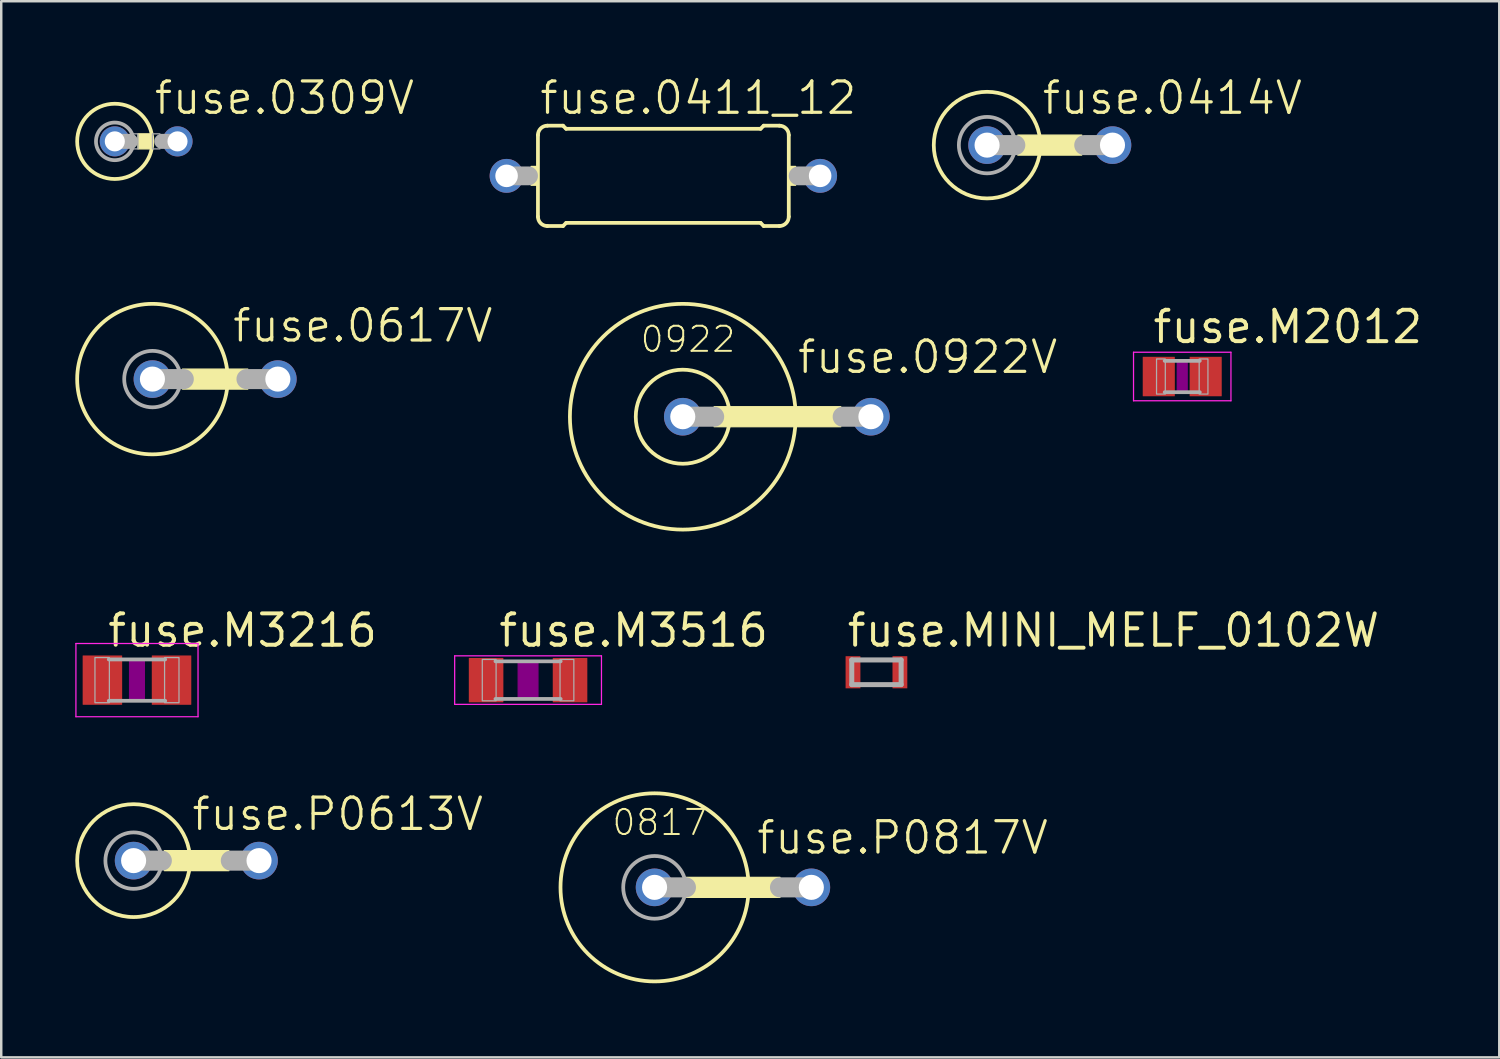
<source format=kicad_pcb>
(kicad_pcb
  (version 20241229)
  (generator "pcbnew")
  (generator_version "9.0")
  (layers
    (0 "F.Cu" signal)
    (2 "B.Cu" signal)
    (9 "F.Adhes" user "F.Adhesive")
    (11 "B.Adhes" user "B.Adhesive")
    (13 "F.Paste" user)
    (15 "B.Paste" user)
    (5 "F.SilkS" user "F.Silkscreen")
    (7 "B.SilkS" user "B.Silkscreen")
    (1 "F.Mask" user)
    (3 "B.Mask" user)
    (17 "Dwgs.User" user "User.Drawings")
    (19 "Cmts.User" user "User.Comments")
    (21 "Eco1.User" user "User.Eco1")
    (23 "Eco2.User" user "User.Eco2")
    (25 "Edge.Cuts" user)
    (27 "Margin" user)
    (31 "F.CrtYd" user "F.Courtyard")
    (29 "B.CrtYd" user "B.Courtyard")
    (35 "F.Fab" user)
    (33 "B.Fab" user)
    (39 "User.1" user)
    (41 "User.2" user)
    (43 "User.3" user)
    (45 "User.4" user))
  (footprint "fuse.0309V"
    (layer "F.Cu")
    (at 2.87 2.676)
    (property "Reference" "fuse.0309V" (at 0.254 -1.016 0) (layer "F.SilkS") (effects (font (size 1.27 1.27) (thickness 0.13)) (justify left bottom)))
    (attr through_hole)
    (fp_rect (start -0.33 0.305) (end 0.254 -0.305) (stroke (width 0.05) (type default)) (fill yes) (layer "F.SilkS"))
    (fp_circle (center -1.27 0) (end 0.254 0) (stroke (width 0.152) (type default)) (fill no) (layer "F.SilkS"))
    (fp_line (start -0.635 0) (end -1.27 0) (stroke (width 0.61) (type default)) (layer "F.Fab"))
    (fp_line (start 1.27 0) (end 0.635 0) (stroke (width 0.61) (type default)) (layer "F.Fab"))
    (fp_rect (start -0.635 0.305) (end -0.33 -0.305) (stroke (width 0.05) (type default)) (fill no) (layer "F.Fab"))
    (fp_rect (start 0.254 0.305) (end 0.559 -0.305) (stroke (width 0.05) (type default)) (fill no) (layer "F.Fab"))
    (fp_circle (center -1.27 0) (end -0.508 0) (stroke (width 0.152) (type default)) (fill no) (layer "F.Fab"))
    (pad "1" thru_hole circle (at -1.27 0) (size 1.219 1.219) (drill 0.813) (layers "*.Cu" "*.Mask"))
    (pad "2" thru_hole circle (at 1.27 0) (size 1.219 1.219) (drill 0.813) (layers "*.Cu" "*.Mask")))
  (footprint "fuse.M3216"
    (layer "F.Cu")
    (at 2.498 24.498)
    (property "Reference" "fuse.M3216" (at -1.27 -1.27 0) (layer "F.SilkS") (effects (font (size 1.27 1.27) (thickness 0.16)) (justify left bottom)))
    (attr smd)
    (fp_rect (start -0.3 0.8) (end 0.3 -0.8) (stroke (width 0.05) (type default)) (fill yes) (layer "F.Adhes"))
    (fp_line (start -2.473 -1.483) (end 2.473 -1.483) (stroke (width 0.051) (type default)) (layer "F.CrtYd"))
    (fp_line (start -2.473 1.483) (end -2.473 -1.483) (stroke (width 0.051) (type default)) (layer "F.CrtYd"))
    (fp_line (start 2.473 -1.483) (end 2.473 1.483) (stroke (width 0.051) (type default)) (layer "F.CrtYd"))
    (fp_line (start 2.473 1.483) (end -2.473 1.483) (stroke (width 0.051) (type default)) (layer "F.CrtYd"))
    (fp_line (start 1.143 -0.838) (end -1.143 -0.838) (stroke (width 0.152) (type default)) (layer "F.Fab"))
    (fp_line (start 1.143 0.838) (end -1.143 0.838) (stroke (width 0.152) (type default)) (layer "F.Fab"))
    (fp_rect (start -1.702 0.914) (end -1.118 -0.914) (stroke (width 0.05) (type default)) (fill no) (layer "F.Fab"))
    (fp_rect (start 1.118 0.914) (end 1.702 -0.914) (stroke (width 0.05) (type default)) (fill no) (layer "F.Fab"))
    (pad "1" smd roundrect (at -1.4 0) (size 1.6 2) (layers "F.Cu" "F.Mask" "F.Paste") (roundrect_rratio 0.01))
    (pad "2" smd roundrect (at 1.4 0) (size 1.6 2) (layers "F.Cu" "F.Mask" "F.Paste") (roundrect_rratio 0.01)))
  (footprint "fuse.0414V"
    (layer "F.Cu")
    (at 39.471 2.828)
    (property "Reference" "fuse.0414V" (at -0.381 -1.168 0) (layer "F.SilkS") (effects (font (size 1.27 1.27) (thickness 0.13)) (justify left bottom)))
    (attr through_hole)
    (fp_rect (start -1.295 0.406) (end 1.295 -0.406) (stroke (width 0.05) (type default)) (fill yes) (layer "F.SilkS"))
    (fp_circle (center -2.54 0) (end -0.381 0) (stroke (width 0.152) (type default)) (fill no) (layer "F.SilkS"))
    (fp_line (start -2.54 0) (end -1.397 0) (stroke (width 0.813) (type default)) (layer "F.Fab"))
    (fp_line (start 2.54 0) (end 1.397 0) (stroke (width 0.813) (type default)) (layer "F.Fab"))
    (fp_circle (center -2.54 0) (end -1.397 0) (stroke (width 0.152) (type default)) (fill no) (layer "F.Fab"))
    (pad "1" thru_hole circle (at -2.54 0) (size 1.524 1.524) (drill 1.016) (layers "*.Cu" "*.Mask"))
    (pad "2" thru_hole circle (at 2.54 0) (size 1.524 1.524) (drill 1.016) (layers "*.Cu" "*.Mask")))
  (footprint "fuse.P0817V"
    (layer "F.Cu")
    (at 28.543 32.892)
    (property "Reference" "fuse.P0817V" (at -1.016 -1.27 0) (layer "F.SilkS") (effects (font (size 1.27 1.27) (thickness 0.13)) (justify left bottom)))
    (attr through_hole)
    (fp_rect (start -3.81 0.406) (end 0 -0.406) (stroke (width 0.05) (type default)) (fill yes) (layer "F.SilkS"))
    (fp_circle (center -5.08 0) (end -1.27 0) (stroke (width 0.152) (type default)) (fill no) (layer "F.SilkS"))
    (fp_line (start -3.81 0) (end -5.08 0) (stroke (width 0.813) (type default)) (layer "F.Fab"))
    (fp_line (start 1.27 0) (end 0 0) (stroke (width 0.813) (type default)) (layer "F.Fab"))
    (fp_circle (center -5.08 0) (end -3.81 0) (stroke (width 0.152) (type default)) (fill no) (layer "F.Fab"))
    (fp_text user "0817" (at -6.858 -2.032 0) (layer "F.SilkS") (effects (font (size 1.016 1.016) (thickness 0.08)) (justify left bottom)))
    (pad "1" thru_hole circle (at -5.08 0) (size 1.524 1.524) (drill 1.016) (layers "*.Cu" "*.Mask"))
    (pad "2" thru_hole circle (at 1.27 0) (size 1.524 1.524) (drill 1.016) (layers "*.Cu" "*.Mask")))
  (footprint "fuse.M2012"
    (layer "F.Cu")
    (at 44.836 12.201)
    (property "Reference" "fuse.M2012" (at -1.27 -1.27 0) (layer "F.SilkS") (effects (font (size 1.27 1.27) (thickness 0.16)) (justify left bottom)))
    (attr smd)
    (fp_rect (start -0.2 0.6) (end 0.2 -0.6) (stroke (width 0.05) (type default)) (fill yes) (layer "F.Adhes"))
    (fp_line (start -1.973 -0.983) (end 1.973 -0.983) (stroke (width 0.051) (type default)) (layer "F.CrtYd"))
    (fp_line (start -1.973 0.983) (end -1.973 -0.983) (stroke (width 0.051) (type default)) (layer "F.CrtYd"))
    (fp_line (start 1.973 -0.983) (end 1.973 0.983) (stroke (width 0.051) (type default)) (layer "F.CrtYd"))
    (fp_line (start 1.973 0.983) (end -1.973 0.983) (stroke (width 0.051) (type default)) (layer "F.CrtYd"))
    (fp_line (start 0.711 -0.635) (end -0.711 -0.635) (stroke (width 0.152) (type default)) (layer "F.Fab"))
    (fp_line (start 0.711 0.635) (end -0.711 0.635) (stroke (width 0.152) (type default)) (layer "F.Fab"))
    (fp_rect (start -1.041 0.711) (end -0.686 -0.711) (stroke (width 0.05) (type default)) (fill no) (layer "F.Fab"))
    (fp_rect (start 0.686 0.711) (end 1.041 -0.711) (stroke (width 0.05) (type default)) (fill no) (layer "F.Fab"))
    (pad "1" smd roundrect (at -0.95 0) (size 1.3 1.6) (layers "F.Cu" "F.Mask" "F.Paste") (roundrect_rratio 0.01))
    (pad "2" smd roundrect (at 0.95 0) (size 1.3 1.6) (layers "F.Cu" "F.Mask" "F.Paste") (roundrect_rratio 0.01)))
  (footprint "fuse.MINI_MELF_0102W"
    (layer "F.Cu")
    (at 32.45 24.18)
    (property "Reference" "fuse.MINI_MELF_0102W" (at -1.27 -0.953 0) (layer "F.SilkS") (effects (font (size 1.27 1.27) (thickness 0.16)) (justify left bottom)))
    (attr smd)
    (fp_line (start -1 -0.5) (end -1 0.5) (stroke (width 0.203) (type default)) (layer "F.Fab"))
    (fp_line (start -1 0.5) (end 1 0.5) (stroke (width 0.203) (type default)) (layer "F.Fab"))
    (fp_line (start 1 -0.5) (end -1 -0.5) (stroke (width 0.203) (type default)) (layer "F.Fab"))
    (fp_line (start 1 0.5) (end 1 -0.5) (stroke (width 0.203) (type default)) (layer "F.Fab"))
    (pad "1" smd roundrect (at -0.95 0) (size 0.6 1.3) (layers "F.Cu" "F.Mask" "F.Paste") (roundrect_rratio 0.01))
    (pad "2" smd roundrect (at 0.95 0) (size 0.6 1.3) (layers "F.Cu" "F.Mask" "F.Paste") (roundrect_rratio 0.01)))
  (footprint "fuse.0411_12"
    (layer "F.Cu")
    (at 23.819 4.073)
    (property "Reference" "fuse.0411_12" (at -5.08 -2.413 0) (layer "F.SilkS") (effects (font (size 1.27 1.27) (thickness 0.13)) (justify left bottom)))
    (attr through_hole)
    (fp_line (start -5.08 -1.651) (end -5.08 1.651) (stroke (width 0.152) (type default)) (layer "F.SilkS"))
    (fp_line (start -4.699 -2.032) (end -4.064 -2.032) (stroke (width 0.152) (type default)) (layer "F.SilkS"))
    (fp_line (start -4.699 2.032) (end -4.064 2.032) (stroke (width 0.152) (type default)) (layer "F.SilkS"))
    (fp_line (start -3.937 -1.905) (end -4.064 -2.032) (stroke (width 0.152) (type default)) (layer "F.SilkS"))
    (fp_line (start -3.937 -1.905) (end 3.937 -1.905) (stroke (width 0.152) (type default)) (layer "F.SilkS"))
    (fp_line (start -3.937 1.905) (end -4.064 2.032) (stroke (width 0.152) (type default)) (layer "F.SilkS"))
    (fp_line (start -3.937 1.905) (end 3.937 1.905) (stroke (width 0.152) (type default)) (layer "F.SilkS"))
    (fp_line (start 3.937 -1.905) (end 4.064 -2.032) (stroke (width 0.152) (type default)) (layer "F.SilkS"))
    (fp_line (start 3.937 1.905) (end 4.064 2.032) (stroke (width 0.152) (type default)) (layer "F.SilkS"))
    (fp_line (start 4.699 -2.032) (end 4.064 -2.032) (stroke (width 0.152) (type default)) (layer "F.SilkS"))
    (fp_line (start 4.699 2.032) (end 4.064 2.032) (stroke (width 0.152) (type default)) (layer "F.SilkS"))
    (fp_line (start 5.08 1.651) (end 5.08 -1.651) (stroke (width 0.152) (type default)) (layer "F.SilkS"))
    (fp_rect (start -5.359 0.381) (end -5.08 -0.381) (stroke (width 0.05) (type default)) (fill yes) (layer "F.SilkS"))
    (fp_rect (start 5.08 0.381) (end 5.359 -0.381) (stroke (width 0.05) (type default)) (fill yes) (layer "F.SilkS"))
    (fp_arc (start -5.08 -1.651) (mid -4.968408 -1.920408) (end -4.699 -2.032) (stroke (width 0.1524) (type default)) (layer "F.SilkS"))
    (fp_arc (start -4.699 2.032) (mid -4.968408 1.920408) (end -5.08 1.651) (stroke (width 0.1524) (type default)) (layer "F.SilkS"))
    (fp_arc (start 4.699 -2.032) (mid 4.968408 -1.920408) (end 5.08 -1.651) (stroke (width 0.1524) (type default)) (layer "F.SilkS"))
    (fp_arc (start 5.08 1.651) (mid 4.968408 1.920408) (end 4.699 2.032) (stroke (width 0.1524) (type default)) (layer "F.SilkS"))
    (fp_line (start -6.35 0) (end -5.461 0) (stroke (width 0.762) (type default)) (layer "F.Fab"))
    (fp_line (start 6.35 0) (end 5.461 0) (stroke (width 0.762) (type default)) (layer "F.Fab"))
    (pad "1" thru_hole circle (at -6.35 0) (size 1.372 1.372) (drill 0.914) (layers "*.Cu" "*.Mask"))
    (pad "2" thru_hole circle (at 6.35 0) (size 1.372 1.372) (drill 0.914) (layers "*.Cu" "*.Mask")))
  (footprint "fuse.P0613V"
    (layer "F.Cu")
    (at 4.902 31.809)
    (property "Reference" "fuse.P0613V" (at -0.254 -1.143 0) (layer "F.SilkS") (effects (font (size 1.27 1.27) (thickness 0.13)) (justify left bottom)))
    (attr through_hole)
    (fp_rect (start -1.295 0.406) (end 1.321 -0.406) (stroke (width 0.05) (type default)) (fill yes) (layer "F.SilkS"))
    (fp_circle (center -2.54 0) (end -0.254 0) (stroke (width 0.152) (type default)) (fill no) (layer "F.SilkS"))
    (fp_line (start -2.54 0) (end -1.397 0) (stroke (width 0.813) (type default)) (layer "F.Fab"))
    (fp_line (start 2.54 0) (end 1.397 0) (stroke (width 0.813) (type default)) (layer "F.Fab"))
    (fp_circle (center -2.54 0) (end -1.397 0) (stroke (width 0.152) (type default)) (fill no) (layer "F.Fab"))
    (pad "1" thru_hole circle (at -2.54 0) (size 1.524 1.524) (drill 1.016) (layers "*.Cu" "*.Mask"))
    (pad "2" thru_hole circle (at 2.54 0) (size 1.524 1.524) (drill 1.016) (layers "*.Cu" "*.Mask")))
  (footprint "fuse.0922V"
    (layer "F.Cu")
    (at 29.686 13.829)
    (property "Reference" "fuse.0922V" (at -0.508 -1.676 0) (layer "F.SilkS") (effects (font (size 1.27 1.27) (thickness 0.13)) (justify left bottom)))
    (attr through_hole)
    (fp_rect (start -3.81 0.406) (end 1.321 -0.406) (stroke (width 0.05) (type default)) (fill yes) (layer "F.SilkS"))
    (fp_circle (center -5.08 0) (end -3.175 0) (stroke (width 0.152) (type default)) (fill no) (layer "F.SilkS"))
    (fp_circle (center -5.08 0) (end -0.508 0) (stroke (width 0.152) (type default)) (fill no) (layer "F.SilkS"))
    (fp_line (start -5.08 0) (end -3.81 0) (stroke (width 0.813) (type default)) (layer "F.Fab"))
    (fp_line (start 2.54 0) (end 1.397 0) (stroke (width 0.813) (type default)) (layer "F.Fab"))
    (fp_text user "0922" (at -6.858 -2.54 0) (layer "F.SilkS") (effects (font (size 1.016 1.016) (thickness 0.08)) (justify left bottom)))
    (pad "1" thru_hole circle (at -5.08 0) (size 1.524 1.524) (drill 1.016) (layers "*.Cu" "*.Mask"))
    (pad "2" thru_hole circle (at 2.54 0) (size 1.524 1.524) (drill 1.016) (layers "*.Cu" "*.Mask")))
  (footprint "fuse.0617V"
    (layer "F.Cu")
    (at 5.664 12.305)
    (property "Reference" "fuse.0617V" (at 0.635 -1.422 0) (layer "F.SilkS") (effects (font (size 1.27 1.27) (thickness 0.13)) (justify left bottom)))
    (attr through_hole)
    (fp_rect (start -1.321 0.406) (end 1.321 -0.406) (stroke (width 0.05) (type default)) (fill yes) (layer "F.SilkS"))
    (fp_circle (center -2.54 0) (end 0.508 0) (stroke (width 0.152) (type default)) (fill no) (layer "F.SilkS"))
    (fp_line (start -2.54 0) (end -1.27 0) (stroke (width 0.813) (type default)) (layer "F.Fab"))
    (fp_line (start 1.27 0) (end 2.54 0) (stroke (width 0.813) (type default)) (layer "F.Fab"))
    (fp_circle (center -2.54 0) (end -1.397 0) (stroke (width 0.152) (type default)) (fill no) (layer "F.Fab"))
    (pad "1" thru_hole circle (at -2.54 0) (size 1.524 1.524) (drill 1.016) (layers "*.Cu" "*.Mask"))
    (pad "2" thru_hole circle (at 2.54 0) (size 1.524 1.524) (drill 1.016) (layers "*.Cu" "*.Mask")))
  (footprint "fuse.M3516"
    (layer "F.Cu")
    (at 18.339 24.498)
    (property "Reference" "fuse.M3516" (at -1.27 -1.27 0) (layer "F.SilkS") (effects (font (size 1.27 1.27) (thickness 0.16)) (justify left bottom)))
    (attr smd)
    (fp_rect (start -0.4 0.7) (end 0.4 -0.7) (stroke (width 0.05) (type default)) (fill yes) (layer "F.Adhes"))
    (fp_line (start -2.973 -0.983) (end 2.973 -0.983) (stroke (width 0.051) (type default)) (layer "F.CrtYd"))
    (fp_line (start -2.973 0.983) (end -2.973 -0.983) (stroke (width 0.051) (type default)) (layer "F.CrtYd"))
    (fp_line (start 2.973 -0.983) (end 2.973 0.983) (stroke (width 0.051) (type default)) (layer "F.CrtYd"))
    (fp_line (start 2.973 0.983) (end -2.973 0.983) (stroke (width 0.051) (type default)) (layer "F.CrtYd"))
    (fp_line (start 1.321 -0.762) (end -1.321 -0.762) (stroke (width 0.152) (type default)) (layer "F.Fab"))
    (fp_line (start 1.321 0.762) (end -1.321 0.762) (stroke (width 0.152) (type default)) (layer "F.Fab"))
    (fp_rect (start -1.854 0.838) (end -1.295 -0.838) (stroke (width 0.05) (type default)) (fill no) (layer "F.Fab"))
    (fp_rect (start 1.295 0.838) (end 1.854 -0.838) (stroke (width 0.05) (type default)) (fill no) (layer "F.Fab"))
    (pad "1" smd roundrect (at -1.7 0) (size 1.4 1.8) (layers "F.Cu" "F.Mask" "F.Paste") (roundrect_rratio 0.01))
    (pad "2" smd roundrect (at 1.7 0) (size 1.4 1.8) (layers "F.Cu" "F.Mask" "F.Paste") (roundrect_rratio 0.01)))
  (gr_rect
    (start -3 -3)
    (end 57.677 39.778)
    (stroke (width 0.1) (type default))
    (fill no)
    (layer "Edge.Cuts")))
</source>
